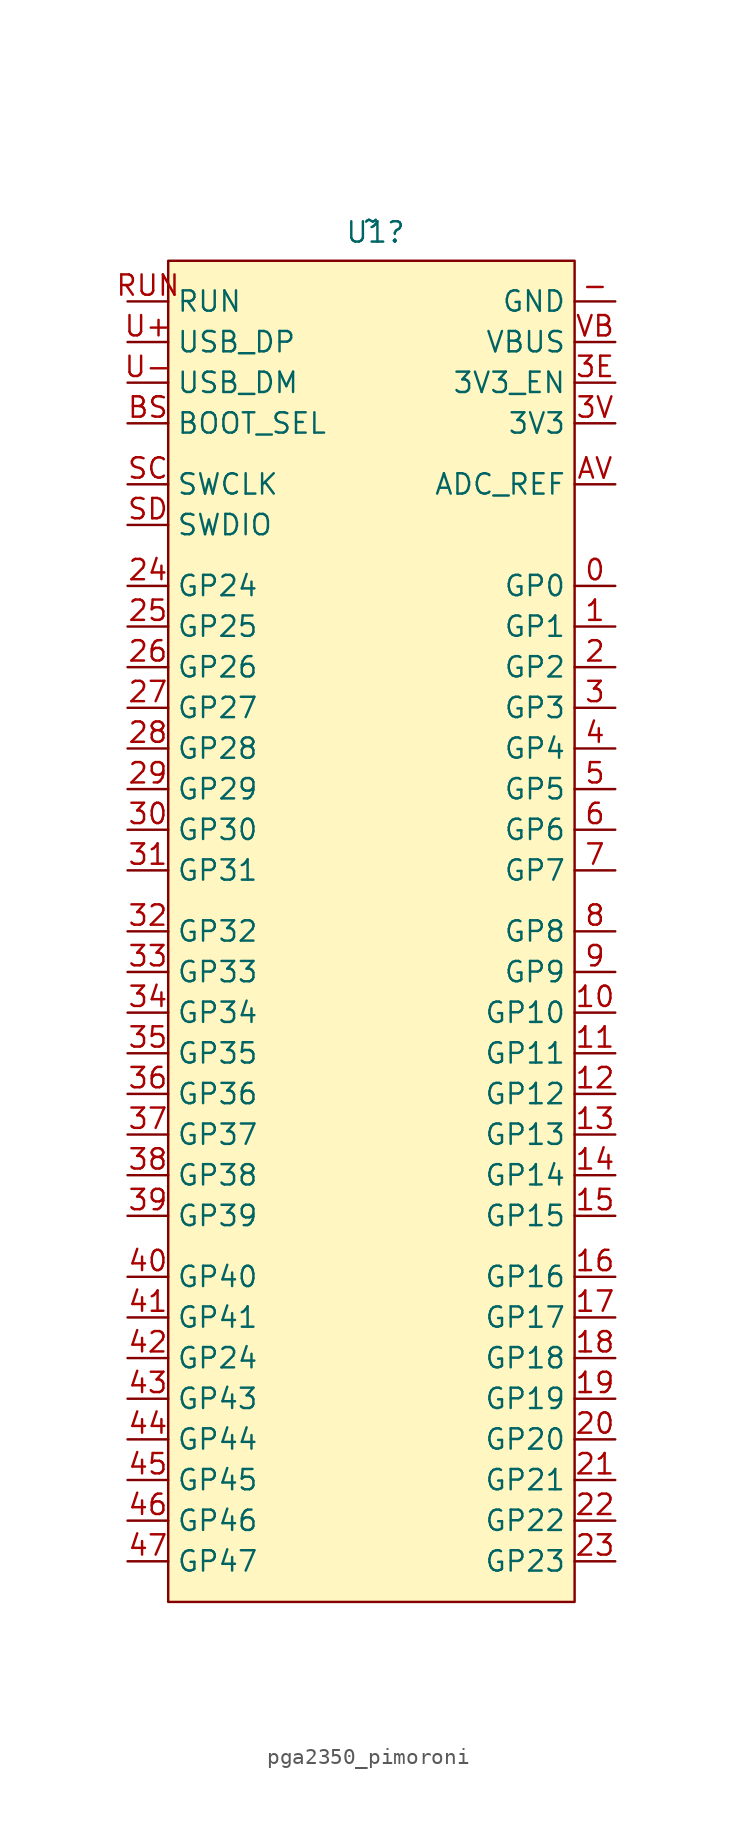
<source format=kicad_sym>
(kicad_symbol_lib
  (version 20241209)
  (generator "kicad_symbol_editor")
  (generator_version "9.0")
  (symbol "pga2350_pimoroni"
    (property "Reference" "U1"
      (at 0.254 18.288 0)
      (effects (font (size 1.27 1.27))))
    (property "Value" "~"
      (at 0 19.05 0)
      (effects (font (size 1.27 1.27))))
    (symbol "pga2350_pimoroni_0_1"
      (rectangle (start -12.7 16.51) (end 12.7 -67.31) (stroke (width 0) (type default)) (fill (type color) (color 255 246 194 1))))
    (symbol "pga2350_pimoroni_1_1"
      (pin input line (at -15.24 13.97 0) (length 2.54) (name "RUN" (effects (font (size 1.27 1.27)))) (number "RUN" (effects (font (size 1.27 1.27)))))
      (pin input line (at -15.24 11.43 0) (length 2.54) (name "USB_DP" (effects (font (size 1.27 1.27)))) (number "U+" (effects (font (size 1.27 1.27)))))
      (pin input line (at -15.24 8.89 0) (length 2.54) (name "USB_DM" (effects (font (size 1.27 1.27)))) (number "U-" (effects (font (size 1.27 1.27)))))
      (pin input line (at -15.24 6.35 0) (length 2.54) (name "BOOT_SEL" (effects (font (size 1.27 1.27)))) (number "BS" (effects (font (size 1.27 1.27)))))
      (pin input line (at -15.24 2.54 0) (length 2.54) (name "SWCLK" (effects (font (size 1.27 1.27)))) (number "SC" (effects (font (size 1.27 1.27)))))
      (pin input line (at -15.24 0 0) (length 2.54) (name "SWDIO" (effects (font (size 1.27 1.27)))) (number "SD" (effects (font (size 1.27 1.27)))))
      (pin input line (at -15.24 -3.81 0) (length 2.54) (name "GP24" (effects (font (size 1.27 1.27)))) (number "24" (effects (font (size 1.27 1.27)))))
      (pin input line (at -15.24 -6.35 0) (length 2.54) (name "GP25" (effects (font (size 1.27 1.27)))) (number "25" (effects (font (size 1.27 1.27)))))
      (pin input line (at -15.24 -8.89 0) (length 2.54) (name "GP26" (effects (font (size 1.27 1.27)))) (number "26" (effects (font (size 1.27 1.27)))))
      (pin input line (at -15.24 -11.43 0) (length 2.54) (name "GP27" (effects (font (size 1.27 1.27)))) (number "27" (effects (font (size 1.27 1.27)))))
      (pin input line (at -15.24 -13.97 0) (length 2.54) (name "GP28" (effects (font (size 1.27 1.27)))) (number "28" (effects (font (size 1.27 1.27)))))
      (pin input line (at -15.24 -16.51 0) (length 2.54) (name "GP29" (effects (font (size 1.27 1.27)))) (number "29" (effects (font (size 1.27 1.27)))))
      (pin input line (at -15.24 -19.05 0) (length 2.54) (name "GP30" (effects (font (size 1.27 1.27)))) (number "30" (effects (font (size 1.27 1.27)))))
      (pin input line (at -15.24 -21.59 0) (length 2.54) (name "GP31" (effects (font (size 1.27 1.27)))) (number "31" (effects (font (size 1.27 1.27)))))
      (pin input line (at -15.24 -25.4 0) (length 2.54) (name "GP32" (effects (font (size 1.27 1.27)))) (number "32" (effects (font (size 1.27 1.27)))))
      (pin input line (at -15.24 -27.94 0) (length 2.54) (name "GP33" (effects (font (size 1.27 1.27)))) (number "33" (effects (font (size 1.27 1.27)))))
      (pin input line (at -15.24 -30.48 0) (length 2.54) (name "GP34" (effects (font (size 1.27 1.27)))) (number "34" (effects (font (size 1.27 1.27)))))
      (pin input line (at -15.24 -33.02 0) (length 2.54) (name "GP35" (effects (font (size 1.27 1.27)))) (number "35" (effects (font (size 1.27 1.27)))))
      (pin input line (at -15.24 -35.56 0) (length 2.54) (name "GP36" (effects (font (size 1.27 1.27)))) (number "36" (effects (font (size 1.27 1.27)))))
      (pin input line (at -15.24 -38.1 0) (length 2.54) (name "GP37" (effects (font (size 1.27 1.27)))) (number "37" (effects (font (size 1.27 1.27)))))
      (pin input line (at -15.24 -40.64 0) (length 2.54) (name "GP38" (effects (font (size 1.27 1.27)))) (number "38" (effects (font (size 1.27 1.27)))))
      (pin input line (at -15.24 -43.18 0) (length 2.54) (name "GP39" (effects (font (size 1.27 1.27)))) (number "39" (effects (font (size 1.27 1.27)))))
      (pin input line (at -15.24 -46.99 0) (length 2.54) (name "GP40" (effects (font (size 1.27 1.27)))) (number "40" (effects (font (size 1.27 1.27)))))
      (pin input line (at -15.24 -49.53 0) (length 2.54) (name "GP41" (effects (font (size 1.27 1.27)))) (number "41" (effects (font (size 1.27 1.27)))))
      (pin input line (at -15.24 -52.07 0) (length 2.54) (name "GP24" (effects (font (size 1.27 1.27)))) (number "42" (effects (font (size 1.27 1.27)))))
      (pin input line (at -15.24 -54.61 0) (length 2.54) (name "GP43" (effects (font (size 1.27 1.27)))) (number "43" (effects (font (size 1.27 1.27)))))
      (pin input line (at -15.24 -57.15 0) (length 2.54) (name "GP44" (effects (font (size 1.27 1.27)))) (number "44" (effects (font (size 1.27 1.27)))))
      (pin input line (at -15.24 -59.69 0) (length 2.54) (name "GP45" (effects (font (size 1.27 1.27)))) (number "45" (effects (font (size 1.27 1.27)))))
      (pin input line (at -15.24 -62.23 0) (length 2.54) (name "GP46" (effects (font (size 1.27 1.27)))) (number "46" (effects (font (size 1.27 1.27)))))
      (pin input line (at -15.24 -64.77 0) (length 2.54) (name "GP47" (effects (font (size 1.27 1.27)))) (number "47" (effects (font (size 1.27 1.27)))))
      (pin input line (at 15.24 13.97 180) (length 2.54) (name "GND" (effects (font (size 1.27 1.27)))) (number "-" (effects (font (size 1.27 1.27)))))
      (pin power_in line (at 15.24 11.43 180) (length 2.54) (name "VBUS" (effects (font (size 1.27 1.27)))) (number "VB" (effects (font (size 1.27 1.27)))))
      (pin input line (at 15.24 8.89 180) (length 2.54) (name "3V3_EN" (effects (font (size 1.27 1.27)))) (number "3E" (effects (font (size 1.27 1.27)))))
      (pin power_out line (at 15.24 6.35 180) (length 2.54) (name "3V3" (effects (font (size 1.27 1.27)))) (number "3V" (effects (font (size 1.27 1.27)))))
      (pin input line (at 15.24 2.54 180) (length 2.54) (name "ADC_REF" (effects (font (size 1.27 1.27)))) (number "AV" (effects (font (size 1.27 1.27)))))
      (pin input line (at 15.24 -3.81 180) (length 2.54) (name "GP0" (effects (font (size 1.27 1.27)))) (number "0" (effects (font (size 1.27 1.27)))))
      (pin input line (at 15.24 -6.35 180) (length 2.54) (name "GP1" (effects (font (size 1.27 1.27)))) (number "1" (effects (font (size 1.27 1.27)))))
      (pin input line (at 15.24 -8.89 180) (length 2.54) (name "GP2" (effects (font (size 1.27 1.27)))) (number "2" (effects (font (size 1.27 1.27)))))
      (pin input line (at 15.24 -11.43 180) (length 2.54) (name "GP3" (effects (font (size 1.27 1.27)))) (number "3" (effects (font (size 1.27 1.27)))))
      (pin input line (at 15.24 -13.97 180) (length 2.54) (name "GP4" (effects (font (size 1.27 1.27)))) (number "4" (effects (font (size 1.27 1.27)))))
      (pin input line (at 15.24 -16.51 180) (length 2.54) (name "GP5" (effects (font (size 1.27 1.27)))) (number "5" (effects (font (size 1.27 1.27)))))
      (pin input line (at 15.24 -19.05 180) (length 2.54) (name "GP6" (effects (font (size 1.27 1.27)))) (number "6" (effects (font (size 1.27 1.27)))))
      (pin input line (at 15.24 -21.59 180) (length 2.54) (name "GP7" (effects (font (size 1.27 1.27)))) (number "7" (effects (font (size 1.27 1.27)))))
      (pin input line (at 15.24 -25.4 180) (length 2.54) (name "GP8" (effects (font (size 1.27 1.27)))) (number "8" (effects (font (size 1.27 1.27)))))
      (pin input line (at 15.24 -27.94 180) (length 2.54) (name "GP9" (effects (font (size 1.27 1.27)))) (number "9" (effects (font (size 1.27 1.27)))))
      (pin input line (at 15.24 -30.48 180) (length 2.54) (name "GP10" (effects (font (size 1.27 1.27)))) (number "10" (effects (font (size 1.27 1.27)))))
      (pin input line (at 15.24 -33.02 180) (length 2.54) (name "GP11" (effects (font (size 1.27 1.27)))) (number "11" (effects (font (size 1.27 1.27)))))
      (pin input line (at 15.24 -35.56 180) (length 2.54) (name "GP12" (effects (font (size 1.27 1.27)))) (number "12" (effects (font (size 1.27 1.27)))))
      (pin input line (at 15.24 -38.1 180) (length 2.54) (name "GP13" (effects (font (size 1.27 1.27)))) (number "13" (effects (font (size 1.27 1.27)))))
      (pin input line (at 15.24 -40.64 180) (length 2.54) (name "GP14" (effects (font (size 1.27 1.27)))) (number "14" (effects (font (size 1.27 1.27)))))
      (pin input line (at 15.24 -43.18 180) (length 2.54) (name "GP15" (effects (font (size 1.27 1.27)))) (number "15" (effects (font (size 1.27 1.27)))))
      (pin input line (at 15.24 -46.99 180) (length 2.54) (name "GP16" (effects (font (size 1.27 1.27)))) (number "16" (effects (font (size 1.27 1.27)))))
      (pin input line (at 15.24 -49.53 180) (length 2.54) (name "GP17" (effects (font (size 1.27 1.27)))) (number "17" (effects (font (size 1.27 1.27)))))
      (pin input line (at 15.24 -52.07 180) (length 2.54) (name "GP18" (effects (font (size 1.27 1.27)))) (number "18" (effects (font (size 1.27 1.27)))))
      (pin input line (at 15.24 -54.61 180) (length 2.54) (name "GP19" (effects (font (size 1.27 1.27)))) (number "19" (effects (font (size 1.27 1.27)))))
      (pin input line (at 15.24 -57.15 180) (length 2.54) (name "GP20" (effects (font (size 1.27 1.27)))) (number "20" (effects (font (size 1.27 1.27)))))
      (pin input line (at 15.24 -59.69 180) (length 2.54) (name "GP21" (effects (font (size 1.27 1.27)))) (number "21" (effects (font (size 1.27 1.27)))))
      (pin input line (at 15.24 -62.23 180) (length 2.54) (name "GP22" (effects (font (size 1.27 1.27)))) (number "22" (effects (font (size 1.27 1.27)))))
      (pin input line (at 15.24 -64.77 180) (length 2.54) (name "GP23" (effects (font (size 1.27 1.27)))) (number "23" (effects (font (size 1.27 1.27))))))))
</source>
